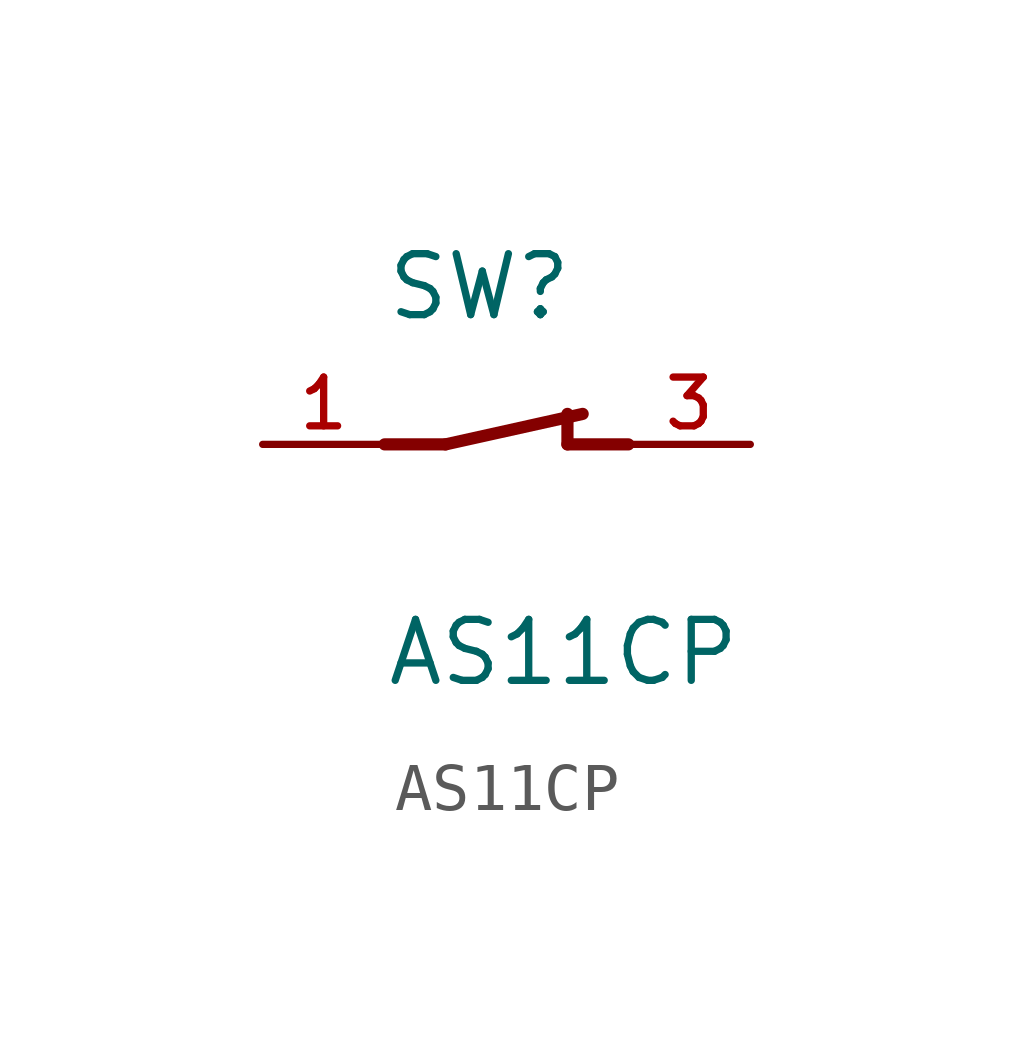
<source format=kicad_sym>
(kicad_symbol_lib
  (version 20211014)
  (generator kicad_symbol_editor)
  (symbol "AS11CP"
    (pin_names
      (offset 1.016))
    (property "Reference" "SW"
      (at -2.54 2.54 0)
      (effects (font (size 1.27 1.27)) (justify bottom left)))
    (property "Value" "AS11CP"
      (at -2.54 -5.08 0)
      (effects (font (size 1.27 1.27)) (justify bottom left)))
    (symbol "AS11CP_0_0"
      (polyline (pts (xy -2.54 0.0) (xy -1.27 0.0)) (stroke (width 0.254)))
      (polyline (pts (xy -1.27 0.0) (xy 1.587 0.635)) (stroke (width 0.254)))
      (polyline (pts (xy 1.27 0.0) (xy 2.54 0.0)) (stroke (width 0.254)))
      (polyline (pts (xy 1.27 0.0) (xy 1.27 0.635)) (stroke (width 0.254)))
      (pin passive line (at -5.08 0.0 0) (length 2.54) (name "~" (effects (font (size 1.016 1.016)))) (number "1" (effects (font (size 1.016 1.016)))))
      (pin passive line (at 5.08 0.0 180.0) (length 2.54) (name "~" (effects (font (size 1.016 1.016)))) (number "3" (effects (font (size 1.016 1.016))))))))
</source>
